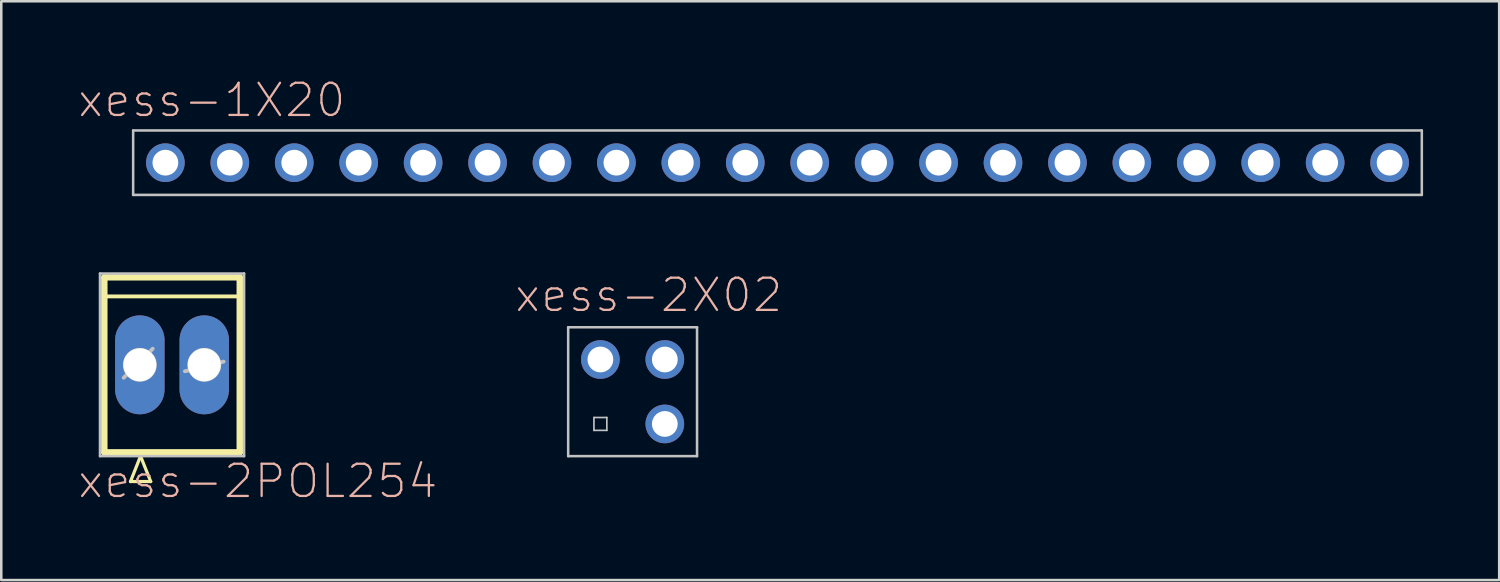
<source format=kicad_pcb>
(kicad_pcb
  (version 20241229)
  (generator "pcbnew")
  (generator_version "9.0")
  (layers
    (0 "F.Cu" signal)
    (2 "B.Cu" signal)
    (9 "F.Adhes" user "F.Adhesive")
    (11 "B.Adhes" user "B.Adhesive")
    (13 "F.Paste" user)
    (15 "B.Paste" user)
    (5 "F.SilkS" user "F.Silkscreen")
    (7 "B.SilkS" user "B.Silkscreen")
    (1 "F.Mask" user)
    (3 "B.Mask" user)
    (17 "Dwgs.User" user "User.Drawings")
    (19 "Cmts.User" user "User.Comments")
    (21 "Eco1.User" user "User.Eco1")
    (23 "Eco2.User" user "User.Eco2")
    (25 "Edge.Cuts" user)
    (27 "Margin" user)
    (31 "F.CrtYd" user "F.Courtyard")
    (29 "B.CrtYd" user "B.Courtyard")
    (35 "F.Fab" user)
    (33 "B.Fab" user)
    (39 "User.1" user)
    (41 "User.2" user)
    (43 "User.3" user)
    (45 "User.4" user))
  (footprint "xess-1X20"
    (layer "F.Cu")
    (at 27.599 3.363)
    (property "Reference" "xess-1X20" (at -22.301 -2.464 0) (layer "B.SilkS") (effects (font (size 1.27 1.27) (thickness 0.089))))
    (attr exclude_from_pos_files exclude_from_bom)
    (fp_line (start -25.4 -1.27) (end 25.4 -1.27) (stroke (width 0.1) (type solid)) (layer "Dwgs.User"))
    (fp_line (start -25.4 1.27) (end -25.4 -1.27) (stroke (width 0.1) (type solid)) (layer "Dwgs.User"))
    (fp_line (start -24.384 -0.254) (end -23.876 -0.254) (stroke (width 0.066) (type solid)) (layer "Dwgs.User"))
    (fp_line (start -24.384 0.254) (end -24.384 -0.254) (stroke (width 0.066) (type solid)) (layer "Dwgs.User"))
    (fp_line (start -24.384 0.254) (end -23.876 0.254) (stroke (width 0.066) (type solid)) (layer "Dwgs.User"))
    (fp_line (start -23.876 0.254) (end -23.876 -0.254) (stroke (width 0.066) (type solid)) (layer "Dwgs.User"))
    (fp_line (start -21.844 -0.254) (end -21.336 -0.254) (stroke (width 0.066) (type solid)) (layer "Dwgs.User"))
    (fp_line (start -21.844 0.254) (end -21.844 -0.254) (stroke (width 0.066) (type solid)) (layer "Dwgs.User"))
    (fp_line (start -21.844 0.254) (end -21.336 0.254) (stroke (width 0.066) (type solid)) (layer "Dwgs.User"))
    (fp_line (start -21.336 0.254) (end -21.336 -0.254) (stroke (width 0.066) (type solid)) (layer "Dwgs.User"))
    (fp_line (start -19.304 -0.254) (end -18.796 -0.254) (stroke (width 0.066) (type solid)) (layer "Dwgs.User"))
    (fp_line (start -19.304 0.254) (end -19.304 -0.254) (stroke (width 0.066) (type solid)) (layer "Dwgs.User"))
    (fp_line (start -19.304 0.254) (end -18.796 0.254) (stroke (width 0.066) (type solid)) (layer "Dwgs.User"))
    (fp_line (start -18.796 0.254) (end -18.796 -0.254) (stroke (width 0.066) (type solid)) (layer "Dwgs.User"))
    (fp_line (start -16.764 -0.254) (end -16.256 -0.254) (stroke (width 0.066) (type solid)) (layer "Dwgs.User"))
    (fp_line (start -16.764 0.254) (end -16.764 -0.254) (stroke (width 0.066) (type solid)) (layer "Dwgs.User"))
    (fp_line (start -16.764 0.254) (end -16.256 0.254) (stroke (width 0.066) (type solid)) (layer "Dwgs.User"))
    (fp_line (start -16.256 0.254) (end -16.256 -0.254) (stroke (width 0.066) (type solid)) (layer "Dwgs.User"))
    (fp_line (start -14.224 -0.254) (end -13.716 -0.254) (stroke (width 0.066) (type solid)) (layer "Dwgs.User"))
    (fp_line (start -14.224 0.254) (end -14.224 -0.254) (stroke (width 0.066) (type solid)) (layer "Dwgs.User"))
    (fp_line (start -14.224 0.254) (end -13.716 0.254) (stroke (width 0.066) (type solid)) (layer "Dwgs.User"))
    (fp_line (start -13.716 0.254) (end -13.716 -0.254) (stroke (width 0.066) (type solid)) (layer "Dwgs.User"))
    (fp_line (start -11.684 -0.254) (end -11.176 -0.254) (stroke (width 0.066) (type solid)) (layer "Dwgs.User"))
    (fp_line (start -11.684 0.254) (end -11.684 -0.254) (stroke (width 0.066) (type solid)) (layer "Dwgs.User"))
    (fp_line (start -11.684 0.254) (end -11.176 0.254) (stroke (width 0.066) (type solid)) (layer "Dwgs.User"))
    (fp_line (start -11.176 0.254) (end -11.176 -0.254) (stroke (width 0.066) (type solid)) (layer "Dwgs.User"))
    (fp_line (start -9.144 -0.254) (end -8.636 -0.254) (stroke (width 0.066) (type solid)) (layer "Dwgs.User"))
    (fp_line (start -9.144 0.254) (end -9.144 -0.254) (stroke (width 0.066) (type solid)) (layer "Dwgs.User"))
    (fp_line (start -9.144 0.254) (end -8.636 0.254) (stroke (width 0.066) (type solid)) (layer "Dwgs.User"))
    (fp_line (start -8.636 0.254) (end -8.636 -0.254) (stroke (width 0.066) (type solid)) (layer "Dwgs.User"))
    (fp_line (start -6.604 -0.254) (end -6.096 -0.254) (stroke (width 0.066) (type solid)) (layer "Dwgs.User"))
    (fp_line (start -6.604 0.254) (end -6.604 -0.254) (stroke (width 0.066) (type solid)) (layer "Dwgs.User"))
    (fp_line (start -6.604 0.254) (end -6.096 0.254) (stroke (width 0.066) (type solid)) (layer "Dwgs.User"))
    (fp_line (start -6.096 0.254) (end -6.096 -0.254) (stroke (width 0.066) (type solid)) (layer "Dwgs.User"))
    (fp_line (start -4.064 -0.254) (end -3.556 -0.254) (stroke (width 0.066) (type solid)) (layer "Dwgs.User"))
    (fp_line (start -4.064 0.254) (end -4.064 -0.254) (stroke (width 0.066) (type solid)) (layer "Dwgs.User"))
    (fp_line (start -4.064 0.254) (end -3.556 0.254) (stroke (width 0.066) (type solid)) (layer "Dwgs.User"))
    (fp_line (start -3.556 0.254) (end -3.556 -0.254) (stroke (width 0.066) (type solid)) (layer "Dwgs.User"))
    (fp_line (start -1.524 -0.254) (end -1.016 -0.254) (stroke (width 0.066) (type solid)) (layer "Dwgs.User"))
    (fp_line (start -1.524 0.254) (end -1.524 -0.254) (stroke (width 0.066) (type solid)) (layer "Dwgs.User"))
    (fp_line (start -1.524 0.254) (end -1.016 0.254) (stroke (width 0.066) (type solid)) (layer "Dwgs.User"))
    (fp_line (start -1.016 0.254) (end -1.016 -0.254) (stroke (width 0.066) (type solid)) (layer "Dwgs.User"))
    (fp_line (start 1.016 -0.254) (end 1.524 -0.254) (stroke (width 0.066) (type solid)) (layer "Dwgs.User"))
    (fp_line (start 1.016 0.254) (end 1.016 -0.254) (stroke (width 0.066) (type solid)) (layer "Dwgs.User"))
    (fp_line (start 1.016 0.254) (end 1.524 0.254) (stroke (width 0.066) (type solid)) (layer "Dwgs.User"))
    (fp_line (start 1.524 0.254) (end 1.524 -0.254) (stroke (width 0.066) (type solid)) (layer "Dwgs.User"))
    (fp_line (start 3.556 -0.254) (end 4.064 -0.254) (stroke (width 0.066) (type solid)) (layer "Dwgs.User"))
    (fp_line (start 3.556 0.254) (end 3.556 -0.254) (stroke (width 0.066) (type solid)) (layer "Dwgs.User"))
    (fp_line (start 3.556 0.254) (end 4.064 0.254) (stroke (width 0.066) (type solid)) (layer "Dwgs.User"))
    (fp_line (start 4.064 0.254) (end 4.064 -0.254) (stroke (width 0.066) (type solid)) (layer "Dwgs.User"))
    (fp_line (start 6.096 -0.254) (end 6.604 -0.254) (stroke (width 0.066) (type solid)) (layer "Dwgs.User"))
    (fp_line (start 6.096 0.254) (end 6.096 -0.254) (stroke (width 0.066) (type solid)) (layer "Dwgs.User"))
    (fp_line (start 6.096 0.254) (end 6.604 0.254) (stroke (width 0.066) (type solid)) (layer "Dwgs.User"))
    (fp_line (start 6.604 0.254) (end 6.604 -0.254) (stroke (width 0.066) (type solid)) (layer "Dwgs.User"))
    (fp_line (start 8.636 -0.254) (end 9.144 -0.254) (stroke (width 0.066) (type solid)) (layer "Dwgs.User"))
    (fp_line (start 8.636 0.254) (end 8.636 -0.254) (stroke (width 0.066) (type solid)) (layer "Dwgs.User"))
    (fp_line (start 8.636 0.254) (end 9.144 0.254) (stroke (width 0.066) (type solid)) (layer "Dwgs.User"))
    (fp_line (start 9.144 0.254) (end 9.144 -0.254) (stroke (width 0.066) (type solid)) (layer "Dwgs.User"))
    (fp_line (start 11.176 -0.254) (end 11.684 -0.254) (stroke (width 0.066) (type solid)) (layer "Dwgs.User"))
    (fp_line (start 11.176 0.254) (end 11.176 -0.254) (stroke (width 0.066) (type solid)) (layer "Dwgs.User"))
    (fp_line (start 11.176 0.254) (end 11.684 0.254) (stroke (width 0.066) (type solid)) (layer "Dwgs.User"))
    (fp_line (start 11.684 0.254) (end 11.684 -0.254) (stroke (width 0.066) (type solid)) (layer "Dwgs.User"))
    (fp_line (start 13.716 -0.254) (end 14.224 -0.254) (stroke (width 0.066) (type solid)) (layer "Dwgs.User"))
    (fp_line (start 13.716 0.254) (end 13.716 -0.254) (stroke (width 0.066) (type solid)) (layer "Dwgs.User"))
    (fp_line (start 13.716 0.254) (end 14.224 0.254) (stroke (width 0.066) (type solid)) (layer "Dwgs.User"))
    (fp_line (start 14.224 0.254) (end 14.224 -0.254) (stroke (width 0.066) (type solid)) (layer "Dwgs.User"))
    (fp_line (start 16.256 -0.254) (end 16.764 -0.254) (stroke (width 0.066) (type solid)) (layer "Dwgs.User"))
    (fp_line (start 16.256 0.254) (end 16.256 -0.254) (stroke (width 0.066) (type solid)) (layer "Dwgs.User"))
    (fp_line (start 16.256 0.254) (end 16.764 0.254) (stroke (width 0.066) (type solid)) (layer "Dwgs.User"))
    (fp_line (start 16.764 0.254) (end 16.764 -0.254) (stroke (width 0.066) (type solid)) (layer "Dwgs.User"))
    (fp_line (start 18.796 -0.254) (end 19.304 -0.254) (stroke (width 0.066) (type solid)) (layer "Dwgs.User"))
    (fp_line (start 18.796 0.254) (end 18.796 -0.254) (stroke (width 0.066) (type solid)) (layer "Dwgs.User"))
    (fp_line (start 18.796 0.254) (end 19.304 0.254) (stroke (width 0.066) (type solid)) (layer "Dwgs.User"))
    (fp_line (start 19.304 0.254) (end 19.304 -0.254) (stroke (width 0.066) (type solid)) (layer "Dwgs.User"))
    (fp_line (start 21.336 -0.254) (end 21.844 -0.254) (stroke (width 0.066) (type solid)) (layer "Dwgs.User"))
    (fp_line (start 21.336 0.254) (end 21.336 -0.254) (stroke (width 0.066) (type solid)) (layer "Dwgs.User"))
    (fp_line (start 21.336 0.254) (end 21.844 0.254) (stroke (width 0.066) (type solid)) (layer "Dwgs.User"))
    (fp_line (start 21.844 0.254) (end 21.844 -0.254) (stroke (width 0.066) (type solid)) (layer "Dwgs.User"))
    (fp_line (start 23.876 -0.254) (end 24.384 -0.254) (stroke (width 0.066) (type solid)) (layer "Dwgs.User"))
    (fp_line (start 23.876 0.254) (end 23.876 -0.254) (stroke (width 0.066) (type solid)) (layer "Dwgs.User"))
    (fp_line (start 23.876 0.254) (end 24.384 0.254) (stroke (width 0.066) (type solid)) (layer "Dwgs.User"))
    (fp_line (start 24.384 0.254) (end 24.384 -0.254) (stroke (width 0.066) (type solid)) (layer "Dwgs.User"))
    (fp_line (start 25.4 -1.27) (end 25.4 1.27) (stroke (width 0.1) (type solid)) (layer "Dwgs.User"))
    (fp_line (start 25.4 1.27) (end -25.4 1.27) (stroke (width 0.1) (type solid)) (layer "Dwgs.User"))
    (pad "1" thru_hole circle (at -24.13 0) (size 1.524 1.524) (drill 1.016) (layers "*.Cu" "*.Mask"))
    (pad "2" thru_hole circle (at -21.59 0) (size 1.524 1.524) (drill 1.016) (layers "*.Cu" "*.Mask"))
    (pad "3" thru_hole circle (at -19.05 0) (size 1.524 1.524) (drill 1.016) (layers "*.Cu" "*.Mask"))
    (pad "4" thru_hole circle (at -16.51 0) (size 1.524 1.524) (drill 1.016) (layers "*.Cu" "*.Mask"))
    (pad "5" thru_hole circle (at -13.97 0) (size 1.524 1.524) (drill 1.016) (layers "*.Cu" "*.Mask"))
    (pad "6" thru_hole circle (at -11.43 0) (size 1.524 1.524) (drill 1.016) (layers "*.Cu" "*.Mask"))
    (pad "7" thru_hole circle (at -8.89 0) (size 1.524 1.524) (drill 1.016) (layers "*.Cu" "*.Mask"))
    (pad "8" thru_hole circle (at -6.35 0) (size 1.524 1.524) (drill 1.016) (layers "*.Cu" "*.Mask"))
    (pad "9" thru_hole circle (at -3.81 0) (size 1.524 1.524) (drill 1.016) (layers "*.Cu" "*.Mask"))
    (pad "10" thru_hole circle (at -1.27 0) (size 1.524 1.524) (drill 1.016) (layers "*.Cu" "*.Mask"))
    (pad "11" thru_hole circle (at 1.27 0) (size 1.524 1.524) (drill 1.016) (layers "*.Cu" "*.Mask"))
    (pad "12" thru_hole circle (at 3.81 0) (size 1.524 1.524) (drill 1.016) (layers "*.Cu" "*.Mask"))
    (pad "13" thru_hole circle (at 6.35 0) (size 1.524 1.524) (drill 1.016) (layers "*.Cu" "*.Mask"))
    (pad "14" thru_hole circle (at 8.89 0) (size 1.524 1.524) (drill 1.016) (layers "*.Cu" "*.Mask"))
    (pad "15" thru_hole circle (at 11.43 0) (size 1.524 1.524) (drill 1.016) (layers "*.Cu" "*.Mask"))
    (pad "16" thru_hole circle (at 13.97 0) (size 1.524 1.524) (drill 1.016) (layers "*.Cu" "*.Mask"))
    (pad "17" thru_hole circle (at 16.51 0) (size 1.524 1.524) (drill 1.016) (layers "*.Cu" "*.Mask"))
    (pad "18" thru_hole circle (at 19.05 0) (size 1.524 1.524) (drill 1.016) (layers "*.Cu" "*.Mask"))
    (pad "19" thru_hole circle (at 21.59 0) (size 1.524 1.524) (drill 1.016) (layers "*.Cu" "*.Mask"))
    (pad "20" thru_hole circle (at 24.13 0) (size 1.524 1.524) (drill 1.016) (layers "*.Cu" "*.Mask")))
  (footprint "xess-2POL254"
    (layer "F.Cu")
    (at 2.462 11.332)
    (property "Reference" "xess-2POL254" (at 4.651 4.585 0) (layer "B.SilkS") (effects (font (size 1.27 1.27) (thickness 0.089))))
    (attr exclude_from_pos_files exclude_from_bom)
    (fp_line (start -1.4 -3.449) (end -1.4 3.449) (stroke (width 0.254) (type solid)) (layer "F.SilkS"))
    (fp_line (start -1.4 3.449) (end 3.94 3.449) (stroke (width 0.254) (type solid)) (layer "F.SilkS"))
    (fp_line (start -1.288 -2.697) (end 3.828 -2.697) (stroke (width 0.152) (type solid)) (layer "F.SilkS"))
    (fp_line (start -0.368 4.6) (end 0.028 3.599) (stroke (width 0.127) (type solid)) (layer "F.SilkS"))
    (fp_line (start 0.028 3.599) (end 0.429 4.6) (stroke (width 0.127) (type solid)) (layer "F.SilkS"))
    (fp_line (start 0.429 4.6) (end -0.368 4.6) (stroke (width 0.127) (type solid)) (layer "F.SilkS"))
    (fp_line (start 3.94 -3.449) (end -1.4 -3.449) (stroke (width 0.254) (type solid)) (layer "F.SilkS"))
    (fp_line (start 3.94 3.449) (end 3.94 -3.449) (stroke (width 0.254) (type solid)) (layer "F.SilkS"))
    (fp_line (start -1.57 -3.599) (end -1.57 3.599) (stroke (width 0.1) (type solid)) (layer "Dwgs.User"))
    (fp_line (start -1.57 3.599) (end 4.11 3.599) (stroke (width 0.1) (type solid)) (layer "Dwgs.User"))
    (fp_line (start -0.635 0.508) (end 0.508 -0.635) (stroke (width 0.152) (type solid)) (layer "Dwgs.User"))
    (fp_line (start 1.778 0.254) (end 3.302 -0.127) (stroke (width 0.152) (type solid)) (layer "Dwgs.User"))
    (fp_line (start 4.11 -3.599) (end -1.57 -3.599) (stroke (width 0.1) (type solid)) (layer "Dwgs.User"))
    (fp_line (start 4.11 3.599) (end 4.11 -3.599) (stroke (width 0.1) (type solid)) (layer "Dwgs.User"))
    (fp_circle (center 0 0) (end -0.445 0.445) (stroke (width 0.076) (type solid)) (fill no) (layer "Dwgs.User"))
    (fp_circle (center 2.54 0) (end 2.985 0.445) (stroke (width 0.076) (type solid)) (fill no) (layer "Dwgs.User"))
    (pad "1" thru_hole oval (at 0 0) (size 1.948 3.899) (drill 1.298) (layers "*.Cu" "*.Mask"))
    (pad "2" thru_hole oval (at 2.54 0) (size 1.948 3.899) (drill 1.298) (layers "*.Cu" "*.Mask")))
  (footprint "xess-2X02"
    (layer "F.Cu")
    (at 21.888 12.392)
    (property "Reference" "xess-2X02" (at 0.635 -3.81 0) (layer "B.SilkS") (effects (font (size 1.27 1.27) (thickness 0.089))))
    (attr exclude_from_pos_files exclude_from_bom)
    (fp_line (start -2.54 -2.54) (end 2.54 -2.54) (stroke (width 0.1) (type solid)) (layer "Dwgs.User"))
    (fp_line (start -2.54 2.54) (end -2.54 -2.54) (stroke (width 0.1) (type solid)) (layer "Dwgs.User"))
    (fp_line (start -1.524 -1.524) (end -1.016 -1.524) (stroke (width 0.066) (type solid)) (layer "Dwgs.User"))
    (fp_line (start -1.524 -1.016) (end -1.524 -1.524) (stroke (width 0.066) (type solid)) (layer "Dwgs.User"))
    (fp_line (start -1.524 -1.016) (end -1.016 -1.016) (stroke (width 0.066) (type solid)) (layer "Dwgs.User"))
    (fp_line (start -1.524 1.016) (end -1.016 1.016) (stroke (width 0.066) (type solid)) (layer "Dwgs.User"))
    (fp_line (start -1.524 1.524) (end -1.524 1.016) (stroke (width 0.066) (type solid)) (layer "Dwgs.User"))
    (fp_line (start -1.524 1.524) (end -1.016 1.524) (stroke (width 0.066) (type solid)) (layer "Dwgs.User"))
    (fp_line (start -1.016 -1.016) (end -1.016 -1.524) (stroke (width 0.066) (type solid)) (layer "Dwgs.User"))
    (fp_line (start -1.016 1.524) (end -1.016 1.016) (stroke (width 0.066) (type solid)) (layer "Dwgs.User"))
    (fp_line (start 1.016 -1.524) (end 1.524 -1.524) (stroke (width 0.066) (type solid)) (layer "Dwgs.User"))
    (fp_line (start 1.016 -1.016) (end 1.016 -1.524) (stroke (width 0.066) (type solid)) (layer "Dwgs.User"))
    (fp_line (start 1.016 -1.016) (end 1.524 -1.016) (stroke (width 0.066) (type solid)) (layer "Dwgs.User"))
    (fp_line (start 1.016 1.016) (end 1.524 1.016) (stroke (width 0.066) (type solid)) (layer "Dwgs.User"))
    (fp_line (start 1.016 1.524) (end 1.016 1.016) (stroke (width 0.066) (type solid)) (layer "Dwgs.User"))
    (fp_line (start 1.016 1.524) (end 1.524 1.524) (stroke (width 0.066) (type solid)) (layer "Dwgs.User"))
    (fp_line (start 1.524 -1.016) (end 1.524 -1.524) (stroke (width 0.066) (type solid)) (layer "Dwgs.User"))
    (fp_line (start 1.524 1.524) (end 1.524 1.016) (stroke (width 0.066) (type solid)) (layer "Dwgs.User"))
    (fp_line (start 2.54 -2.54) (end 2.54 2.54) (stroke (width 0.1) (type solid)) (layer "Dwgs.User"))
    (fp_line (start 2.54 2.54) (end -2.54 2.54) (stroke (width 0.1) (type solid)) (layer "Dwgs.User"))
    (pad "1" thru_hole rect (at -1.27 1.27) (size 0.001 0.001) (drill 1.016) (layers "*.Cu" "*.Mask"))
    (pad "2" thru_hole circle (at -1.27 -1.27) (size 1.524 1.524) (drill 1.016) (layers "*.Cu" "*.Mask"))
    (pad "3" thru_hole circle (at 1.27 1.27) (size 1.524 1.524) (drill 1.016) (layers "*.Cu" "*.Mask"))
    (pad "4" thru_hole circle (at 1.27 -1.27) (size 1.524 1.524) (drill 1.016) (layers "*.Cu" "*.Mask")))
  (gr_rect
    (start -3 -3)
    (end 56.049 19.816)
    (stroke (width 0.1) (type default))
    (fill no)
    (layer "Edge.Cuts")))
</source>
